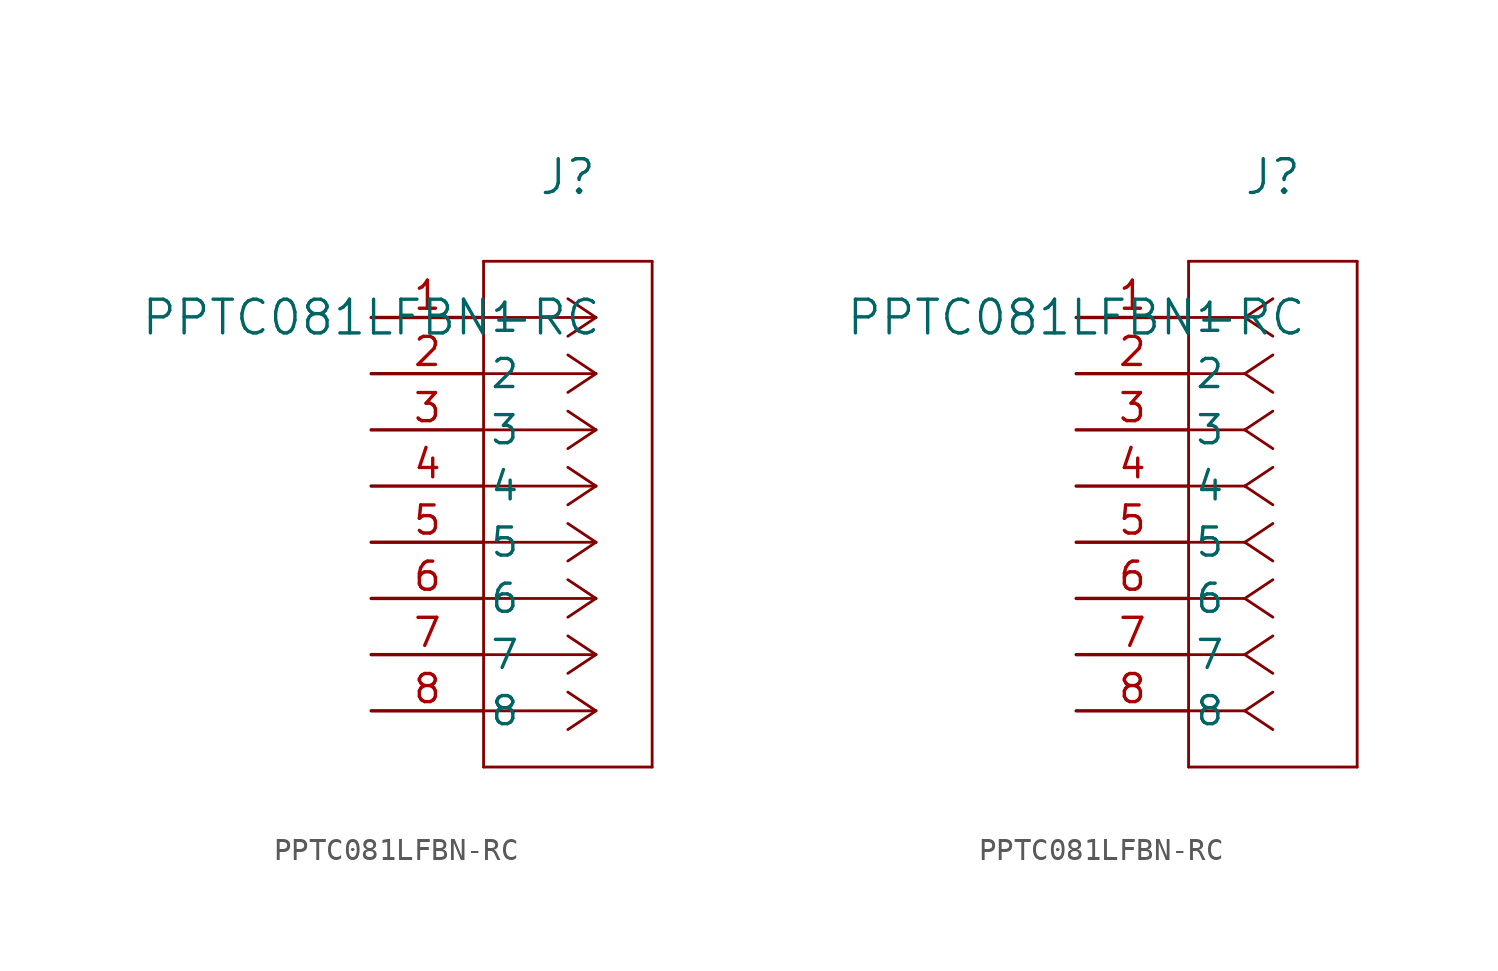
<source format=kicad_sym>
(kicad_symbol_lib
  (version 20211014)
  (generator kicad_symbol_editor)
  (symbol "PPTC081LFBN-RC"
    (pin_names
      (offset 0.254))
    (property "Reference" "J"
      (at 8.89 6.35 0)
      (effects (font (size 1.524 1.524))))
    (property "Value" "PPTC081LFBN-RC"
      (at 0 0 0)
      (effects (font (size 1.524 1.524))))
    (symbol "PPTC081LFBN-RC_1_1"
      (polyline (pts (xy 10.16 0) (xy 5.08 0)) (stroke (width 0.127) (type default) (color 0 0 0 0)) (fill (type none)))
      (polyline (pts (xy 10.16 -2.54) (xy 5.08 -2.54)) (stroke (width 0.127) (type default) (color 0 0 0 0)) (fill (type none)))
      (polyline (pts (xy 10.16 -5.08) (xy 5.08 -5.08)) (stroke (width 0.127) (type default) (color 0 0 0 0)) (fill (type none)))
      (polyline (pts (xy 10.16 -7.62) (xy 5.08 -7.62)) (stroke (width 0.127) (type default) (color 0 0 0 0)) (fill (type none)))
      (polyline (pts (xy 10.16 -10.16) (xy 5.08 -10.16)) (stroke (width 0.127) (type default) (color 0 0 0 0)) (fill (type none)))
      (polyline (pts (xy 10.16 -12.7) (xy 5.08 -12.7)) (stroke (width 0.127) (type default) (color 0 0 0 0)) (fill (type none)))
      (polyline (pts (xy 10.16 -15.24) (xy 5.08 -15.24)) (stroke (width 0.127) (type default) (color 0 0 0 0)) (fill (type none)))
      (polyline (pts (xy 10.16 -17.78) (xy 5.08 -17.78)) (stroke (width 0.127) (type default) (color 0 0 0 0)) (fill (type none)))
      (polyline (pts (xy 10.16 0) (xy 8.89 0.847)) (stroke (width 0.127) (type default) (color 0 0 0 0)) (fill (type none)))
      (polyline (pts (xy 10.16 -2.54) (xy 8.89 -1.693)) (stroke (width 0.127) (type default) (color 0 0 0 0)) (fill (type none)))
      (polyline (pts (xy 10.16 -5.08) (xy 8.89 -4.233)) (stroke (width 0.127) (type default) (color 0 0 0 0)) (fill (type none)))
      (polyline (pts (xy 10.16 -7.62) (xy 8.89 -6.773)) (stroke (width 0.127) (type default) (color 0 0 0 0)) (fill (type none)))
      (polyline (pts (xy 10.16 -10.16) (xy 8.89 -9.313)) (stroke (width 0.127) (type default) (color 0 0 0 0)) (fill (type none)))
      (polyline (pts (xy 10.16 -12.7) (xy 8.89 -11.853)) (stroke (width 0.127) (type default) (color 0 0 0 0)) (fill (type none)))
      (polyline (pts (xy 10.16 -15.24) (xy 8.89 -14.393)) (stroke (width 0.127) (type default) (color 0 0 0 0)) (fill (type none)))
      (polyline (pts (xy 10.16 -17.78) (xy 8.89 -16.933)) (stroke (width 0.127) (type default) (color 0 0 0 0)) (fill (type none)))
      (polyline (pts (xy 10.16 0) (xy 8.89 -0.847)) (stroke (width 0.127) (type default) (color 0 0 0 0)) (fill (type none)))
      (polyline (pts (xy 10.16 -2.54) (xy 8.89 -3.387)) (stroke (width 0.127) (type default) (color 0 0 0 0)) (fill (type none)))
      (polyline (pts (xy 10.16 -5.08) (xy 8.89 -5.927)) (stroke (width 0.127) (type default) (color 0 0 0 0)) (fill (type none)))
      (polyline (pts (xy 10.16 -7.62) (xy 8.89 -8.467)) (stroke (width 0.127) (type default) (color 0 0 0 0)) (fill (type none)))
      (polyline (pts (xy 10.16 -10.16) (xy 8.89 -11.007)) (stroke (width 0.127) (type default) (color 0 0 0 0)) (fill (type none)))
      (polyline (pts (xy 10.16 -12.7) (xy 8.89 -13.547)) (stroke (width 0.127) (type default) (color 0 0 0 0)) (fill (type none)))
      (polyline (pts (xy 10.16 -15.24) (xy 8.89 -16.087)) (stroke (width 0.127) (type default) (color 0 0 0 0)) (fill (type none)))
      (polyline (pts (xy 10.16 -17.78) (xy 8.89 -18.627)) (stroke (width 0.127) (type default) (color 0 0 0 0)) (fill (type none)))
      (polyline (pts (xy 5.08 2.54) (xy 5.08 -20.32)) (stroke (width 0.127) (type default) (color 0 0 0 0)) (fill (type none)))
      (polyline (pts (xy 5.08 -20.32) (xy 12.7 -20.32)) (stroke (width 0.127) (type default) (color 0 0 0 0)) (fill (type none)))
      (polyline (pts (xy 12.7 -20.32) (xy 12.7 2.54)) (stroke (width 0.127) (type default) (color 0 0 0 0)) (fill (type none)))
      (polyline (pts (xy 12.7 2.54) (xy 5.08 2.54)) (stroke (width 0.127) (type default) (color 0 0 0 0)) (fill (type none)))
      (pin unspecified line (at 0 0 0) (length 5.08) (name "1" (effects (font (size 1.27 1.27)))) (number "1" (effects (font (size 1.27 1.27)))))
      (pin unspecified line (at 0 -2.54 0) (length 5.08) (name "2" (effects (font (size 1.27 1.27)))) (number "2" (effects (font (size 1.27 1.27)))))
      (pin unspecified line (at 0 -5.08 0) (length 5.08) (name "3" (effects (font (size 1.27 1.27)))) (number "3" (effects (font (size 1.27 1.27)))))
      (pin unspecified line (at 0 -7.62 0) (length 5.08) (name "4" (effects (font (size 1.27 1.27)))) (number "4" (effects (font (size 1.27 1.27)))))
      (pin unspecified line (at 0 -10.16 0) (length 5.08) (name "5" (effects (font (size 1.27 1.27)))) (number "5" (effects (font (size 1.27 1.27)))))
      (pin unspecified line (at 0 -12.7 0) (length 5.08) (name "6" (effects (font (size 1.27 1.27)))) (number "6" (effects (font (size 1.27 1.27)))))
      (pin unspecified line (at 0 -15.24 0) (length 5.08) (name "7" (effects (font (size 1.27 1.27)))) (number "7" (effects (font (size 1.27 1.27)))))
      (pin unspecified line (at 0 -17.78 0) (length 5.08) (name "8" (effects (font (size 1.27 1.27)))) (number "8" (effects (font (size 1.27 1.27))))))
    (symbol "PPTC081LFBN-RC_1_2"
      (polyline (pts (xy 7.62 0) (xy 5.08 0)) (stroke (width 0.127) (type default) (color 0 0 0 0)) (fill (type none)))
      (polyline (pts (xy 7.62 -2.54) (xy 5.08 -2.54)) (stroke (width 0.127) (type default) (color 0 0 0 0)) (fill (type none)))
      (polyline (pts (xy 7.62 -5.08) (xy 5.08 -5.08)) (stroke (width 0.127) (type default) (color 0 0 0 0)) (fill (type none)))
      (polyline (pts (xy 7.62 -7.62) (xy 5.08 -7.62)) (stroke (width 0.127) (type default) (color 0 0 0 0)) (fill (type none)))
      (polyline (pts (xy 7.62 -10.16) (xy 5.08 -10.16)) (stroke (width 0.127) (type default) (color 0 0 0 0)) (fill (type none)))
      (polyline (pts (xy 7.62 -12.7) (xy 5.08 -12.7)) (stroke (width 0.127) (type default) (color 0 0 0 0)) (fill (type none)))
      (polyline (pts (xy 7.62 -15.24) (xy 5.08 -15.24)) (stroke (width 0.127) (type default) (color 0 0 0 0)) (fill (type none)))
      (polyline (pts (xy 7.62 -17.78) (xy 5.08 -17.78)) (stroke (width 0.127) (type default) (color 0 0 0 0)) (fill (type none)))
      (polyline (pts (xy 7.62 0) (xy 8.89 0.847)) (stroke (width 0.127) (type default) (color 0 0 0 0)) (fill (type none)))
      (polyline (pts (xy 7.62 -2.54) (xy 8.89 -1.693)) (stroke (width 0.127) (type default) (color 0 0 0 0)) (fill (type none)))
      (polyline (pts (xy 7.62 -5.08) (xy 8.89 -4.233)) (stroke (width 0.127) (type default) (color 0 0 0 0)) (fill (type none)))
      (polyline (pts (xy 7.62 -7.62) (xy 8.89 -6.773)) (stroke (width 0.127) (type default) (color 0 0 0 0)) (fill (type none)))
      (polyline (pts (xy 7.62 -10.16) (xy 8.89 -9.313)) (stroke (width 0.127) (type default) (color 0 0 0 0)) (fill (type none)))
      (polyline (pts (xy 7.62 -12.7) (xy 8.89 -11.853)) (stroke (width 0.127) (type default) (color 0 0 0 0)) (fill (type none)))
      (polyline (pts (xy 7.62 -15.24) (xy 8.89 -14.393)) (stroke (width 0.127) (type default) (color 0 0 0 0)) (fill (type none)))
      (polyline (pts (xy 7.62 -17.78) (xy 8.89 -16.933)) (stroke (width 0.127) (type default) (color 0 0 0 0)) (fill (type none)))
      (polyline (pts (xy 7.62 0) (xy 8.89 -0.847)) (stroke (width 0.127) (type default) (color 0 0 0 0)) (fill (type none)))
      (polyline (pts (xy 7.62 -2.54) (xy 8.89 -3.387)) (stroke (width 0.127) (type default) (color 0 0 0 0)) (fill (type none)))
      (polyline (pts (xy 7.62 -5.08) (xy 8.89 -5.927)) (stroke (width 0.127) (type default) (color 0 0 0 0)) (fill (type none)))
      (polyline (pts (xy 7.62 -7.62) (xy 8.89 -8.467)) (stroke (width 0.127) (type default) (color 0 0 0 0)) (fill (type none)))
      (polyline (pts (xy 7.62 -10.16) (xy 8.89 -11.007)) (stroke (width 0.127) (type default) (color 0 0 0 0)) (fill (type none)))
      (polyline (pts (xy 7.62 -12.7) (xy 8.89 -13.547)) (stroke (width 0.127) (type default) (color 0 0 0 0)) (fill (type none)))
      (polyline (pts (xy 7.62 -15.24) (xy 8.89 -16.087)) (stroke (width 0.127) (type default) (color 0 0 0 0)) (fill (type none)))
      (polyline (pts (xy 7.62 -17.78) (xy 8.89 -18.627)) (stroke (width 0.127) (type default) (color 0 0 0 0)) (fill (type none)))
      (polyline (pts (xy 5.08 2.54) (xy 5.08 -20.32)) (stroke (width 0.127) (type default) (color 0 0 0 0)) (fill (type none)))
      (polyline (pts (xy 5.08 -20.32) (xy 12.7 -20.32)) (stroke (width 0.127) (type default) (color 0 0 0 0)) (fill (type none)))
      (polyline (pts (xy 12.7 -20.32) (xy 12.7 2.54)) (stroke (width 0.127) (type default) (color 0 0 0 0)) (fill (type none)))
      (polyline (pts (xy 12.7 2.54) (xy 5.08 2.54)) (stroke (width 0.127) (type default) (color 0 0 0 0)) (fill (type none)))
      (pin unspecified line (at 0 0 0) (length 5.08) (name "1" (effects (font (size 1.27 1.27)))) (number "1" (effects (font (size 1.27 1.27)))))
      (pin unspecified line (at 0 -2.54 0) (length 5.08) (name "2" (effects (font (size 1.27 1.27)))) (number "2" (effects (font (size 1.27 1.27)))))
      (pin unspecified line (at 0 -5.08 0) (length 5.08) (name "3" (effects (font (size 1.27 1.27)))) (number "3" (effects (font (size 1.27 1.27)))))
      (pin unspecified line (at 0 -7.62 0) (length 5.08) (name "4" (effects (font (size 1.27 1.27)))) (number "4" (effects (font (size 1.27 1.27)))))
      (pin unspecified line (at 0 -10.16 0) (length 5.08) (name "5" (effects (font (size 1.27 1.27)))) (number "5" (effects (font (size 1.27 1.27)))))
      (pin unspecified line (at 0 -12.7 0) (length 5.08) (name "6" (effects (font (size 1.27 1.27)))) (number "6" (effects (font (size 1.27 1.27)))))
      (pin unspecified line (at 0 -15.24 0) (length 5.08) (name "7" (effects (font (size 1.27 1.27)))) (number "7" (effects (font (size 1.27 1.27)))))
      (pin unspecified line (at 0 -17.78 0) (length 5.08) (name "8" (effects (font (size 1.27 1.27)))) (number "8" (effects (font (size 1.27 1.27))))))))
</source>
